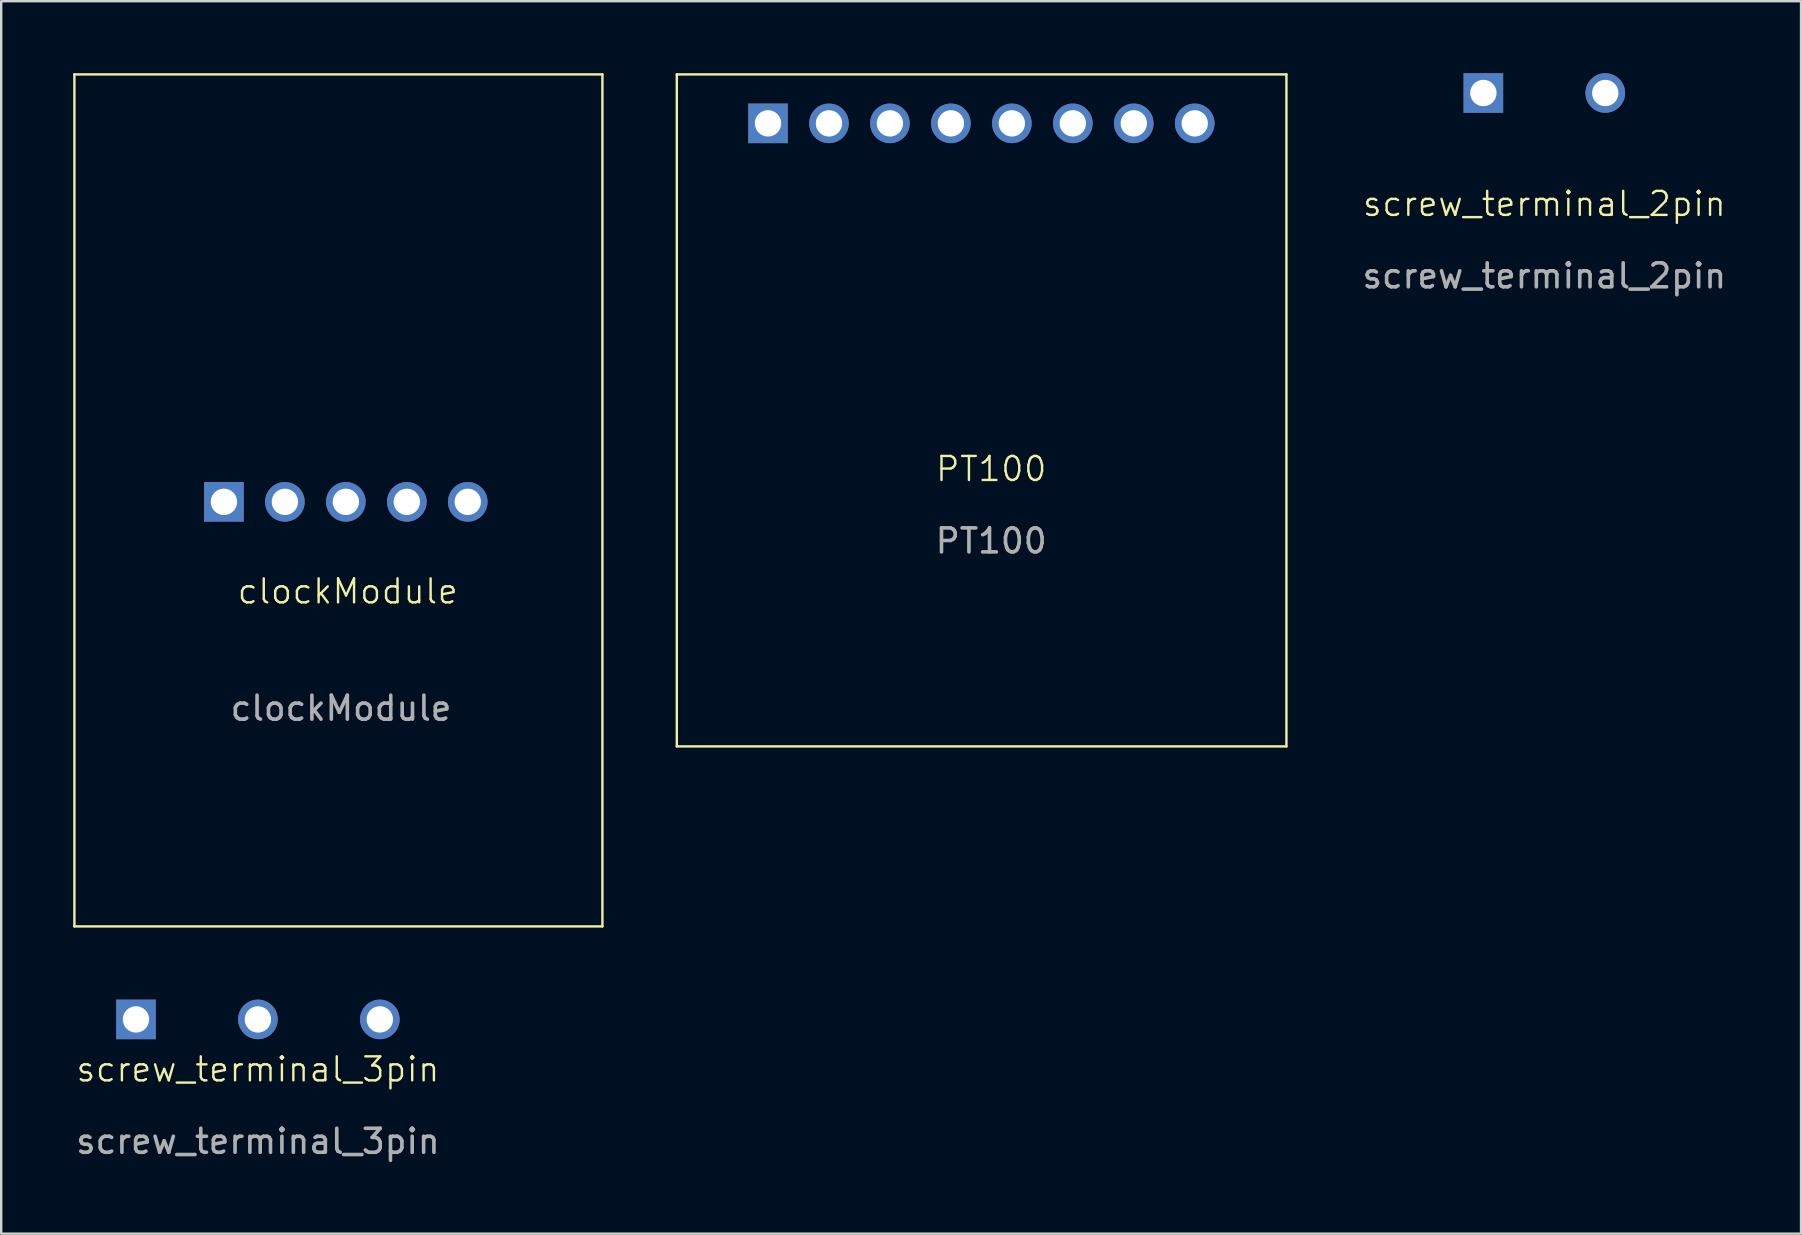
<source format=kicad_pcb>
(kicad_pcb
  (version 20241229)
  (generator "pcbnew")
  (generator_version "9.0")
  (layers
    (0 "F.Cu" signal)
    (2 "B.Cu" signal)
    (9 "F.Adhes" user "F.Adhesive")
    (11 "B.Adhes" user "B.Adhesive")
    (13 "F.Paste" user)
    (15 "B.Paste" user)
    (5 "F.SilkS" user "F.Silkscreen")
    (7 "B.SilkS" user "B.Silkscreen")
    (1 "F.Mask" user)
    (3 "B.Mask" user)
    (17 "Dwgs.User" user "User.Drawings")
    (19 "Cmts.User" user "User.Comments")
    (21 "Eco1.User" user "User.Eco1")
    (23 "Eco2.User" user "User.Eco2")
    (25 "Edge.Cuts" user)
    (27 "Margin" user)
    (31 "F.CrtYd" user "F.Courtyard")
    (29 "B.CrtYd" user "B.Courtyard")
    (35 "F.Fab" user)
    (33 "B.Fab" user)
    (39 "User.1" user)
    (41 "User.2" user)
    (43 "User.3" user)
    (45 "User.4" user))
  (footprint "screw_terminal_3pin"
    (layer "F.Cu")
    (at 7.696 39.425)
    (property "Reference" "screw_terminal_3pin" (at 0 2.08 0) (unlocked yes) (layer "F.SilkS") (effects (font (size 1 1) (thickness 0.1))))
    (attr through_hole)
    (fp_text user "${REFERENCE}" (at 0 5.08 0) (unlocked yes) (layer "F.Fab") (effects (font (size 1 1) (thickness 0.15))))
    (pad "1" thru_hole rect (at -5.08 0) (size 1.65 1.65) (drill 1.1) (layers "*.Cu" "*.Mask"))
    (pad "2" thru_hole circle (at 0 0) (size 1.65 1.65) (drill 1.1) (layers "*.Cu" "*.Mask"))
    (pad "3" thru_hole circle (at 5.08 0) (size 1.65 1.65) (drill 1.1) (layers "*.Cu" "*.Mask")))
  (footprint "clockModule"
    (layer "F.Cu")
    (at 11.39 17.77)
    (property "Reference" "clockModule" (at 0.05 3.82 0) (unlocked yes) (layer "F.SilkS") (effects (font (size 1 1) (thickness 0.1))))
    (attr through_hole)
    (fp_line (start -11.34 -17.72) (end 10.66 -17.72) (stroke (width 0.1) (type default)) (layer "F.SilkS"))
    (fp_line (start -11.34 17.78) (end -11.34 -17.72) (stroke (width 0.1) (type default)) (layer "F.SilkS"))
    (fp_line (start 10.66 -17.72) (end 10.66 17.78) (stroke (width 0.1) (type default)) (layer "F.SilkS"))
    (fp_line (start 10.66 17.78) (end -11.34 17.78) (stroke (width 0.1) (type default)) (layer "F.SilkS"))
    (fp_text user "${REFERENCE}" (at -0.23 8.69 0) (unlocked yes) (layer "F.Fab") (effects (font (size 1 1) (thickness 0.15))))
    (pad "1" thru_hole rect (at -5.11 0.09) (size 1.65 1.65) (drill 1.1) (layers "*.Cu" "*.Mask"))
    (pad "2" thru_hole circle (at -2.57 0.09) (size 1.65 1.65) (drill 1.1) (layers "*.Cu" "*.Mask"))
    (pad "3" thru_hole circle (at -0.03 0.09) (size 1.65 1.65) (drill 1.1) (layers "*.Cu" "*.Mask"))
    (pad "4" thru_hole circle (at 2.51 0.09) (size 1.65 1.65) (drill 1.1) (layers "*.Cu" "*.Mask"))
    (pad "5" thru_hole circle (at 5.05 0.09) (size 1.65 1.65) (drill 1.1) (layers "*.Cu" "*.Mask")))
  (footprint "PT100"
    (layer "F.Cu")
    (at 37.85 17.89)
    (property "Reference" "PT100" (at 0.4 -1.4 0) (unlocked yes) (layer "F.SilkS") (effects (font (size 1 1) (thickness 0.1))))
    (attr through_hole)
    (fp_line (start -12.7 10.16) (end -12.7 -17.84) (stroke (width 0.1) (type default)) (layer "F.SilkS"))
    (fp_line (start -12.7 10.16) (end 12.7 10.16) (stroke (width 0.1) (type default)) (layer "F.SilkS"))
    (fp_line (start 12.7 -17.84) (end -12.7 -17.84) (stroke (width 0.1) (type default)) (layer "F.SilkS"))
    (fp_line (start 12.7 10.16) (end 12.7 -17.84) (stroke (width 0.1) (type default)) (layer "F.SilkS"))
    (fp_text user "${REFERENCE}" (at 0.4 1.6 0) (unlocked yes) (layer "F.Fab") (effects (font (size 1 1) (thickness 0.15))))
    (pad "1" thru_hole rect (at -8.9 -15.8) (size 1.65 1.65) (drill 1.1) (layers "*.Cu" "*.Mask"))
    (pad "2" thru_hole circle (at -6.36 -15.8) (size 1.65 1.65) (drill 1.1) (layers "*.Cu" "*.Mask"))
    (pad "3" thru_hole circle (at -3.82 -15.8) (size 1.65 1.65) (drill 1.1) (layers "*.Cu" "*.Mask"))
    (pad "4" thru_hole circle (at -1.28 -15.8) (size 1.65 1.65) (drill 1.1) (layers "*.Cu" "*.Mask"))
    (pad "5" thru_hole circle (at 1.26 -15.8) (size 1.65 1.65) (drill 1.1) (layers "*.Cu" "*.Mask"))
    (pad "6" thru_hole circle (at 3.8 -15.8) (size 1.65 1.65) (drill 1.1) (layers "*.Cu" "*.Mask"))
    (pad "7" thru_hole circle (at 6.34 -15.8) (size 1.65 1.65) (drill 1.1) (layers "*.Cu" "*.Mask"))
    (pad "8" thru_hole circle (at 8.88 -15.8) (size 1.65 1.65) (drill 1.1) (layers "*.Cu" "*.Mask")))
  (footprint "screw_terminal_2pin"
    (layer "F.Cu")
    (at 61.296 0.825)
    (property "Reference" "screw_terminal_2pin" (at 0 4.62 0) (unlocked yes) (layer "F.SilkS") (effects (font (size 1 1) (thickness 0.1))))
    (attr through_hole)
    (fp_text user "${REFERENCE}" (at 0 7.62 0) (unlocked yes) (layer "F.Fab") (effects (font (size 1 1) (thickness 0.15))))
    (pad "1" thru_hole rect (at -2.54 0) (size 1.65 1.65) (drill 1.1) (layers "*.Cu" "*.Mask"))
    (pad "2" thru_hole circle (at 2.54 0) (size 1.65 1.65) (drill 1.1) (layers "*.Cu" "*.Mask")))
  (gr_rect
    (start -3 -3)
    (end 71.993 48.353)
    (stroke (width 0.1) (type default))
    (fill no)
    (layer "Edge.Cuts")))
</source>
